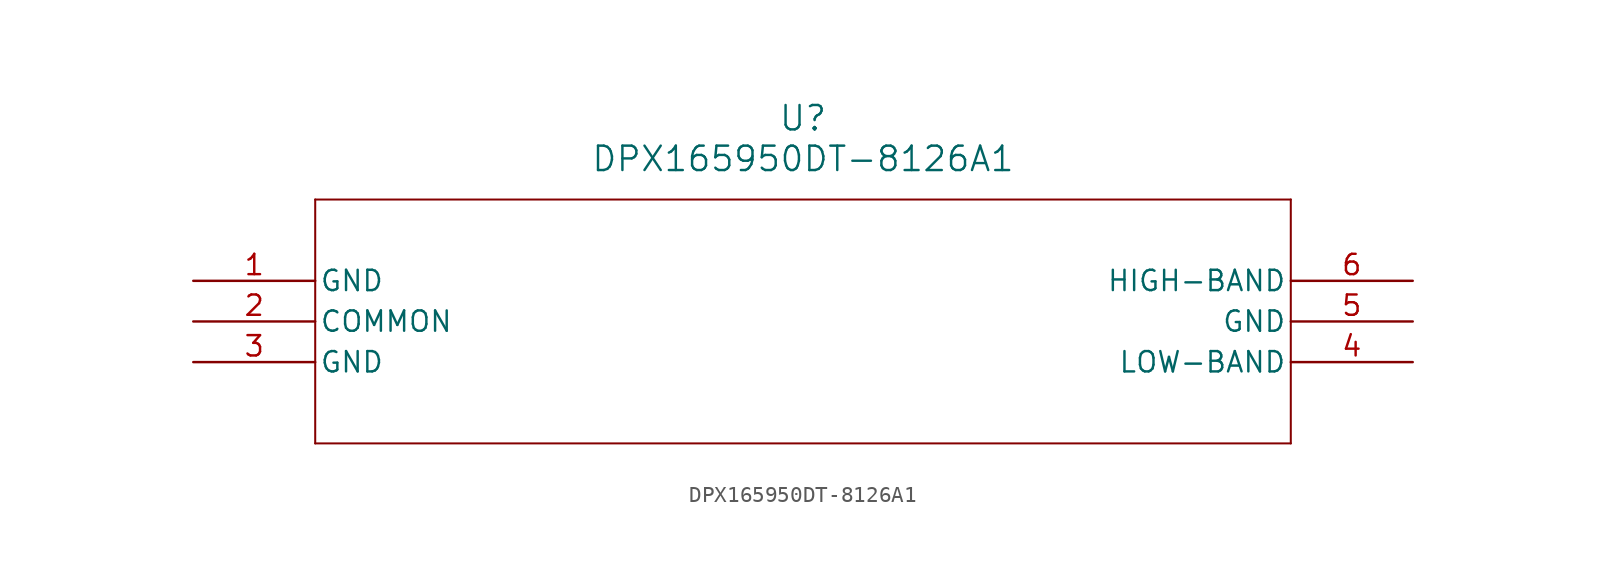
<source format=kicad_sym>
(kicad_symbol_lib
  (version 20211014)
  (generator kicad_symbol_editor)
  (symbol "DPX165950DT-8126A1"
    (pin_names
      (offset 0.254))
    (property "Reference" "U"
      (at 38.1 10.16 0)
      (effects (font (size 1.524 1.524))))
    (property "Value" "DPX165950DT-8126A1"
      (at 38.1 7.62 0)
      (effects (font (size 1.524 1.524))))
    (symbol "DPX165950DT-8126A1_0_1"
      (polyline (pts (xy 7.62 5.08) (xy 7.62 -10.16)) (stroke (width 0.127) (type default) (color 0 0 0 0)) (fill (type none)))
      (polyline (pts (xy 7.62 -10.16) (xy 68.58 -10.16)) (stroke (width 0.127) (type default) (color 0 0 0 0)) (fill (type none)))
      (polyline (pts (xy 68.58 -10.16) (xy 68.58 5.08)) (stroke (width 0.127) (type default) (color 0 0 0 0)) (fill (type none)))
      (polyline (pts (xy 68.58 5.08) (xy 7.62 5.08)) (stroke (width 0.127) (type default) (color 0 0 0 0)) (fill (type none)))
      (pin power_in line (at 0 0 0) (length 7.62) (name "GND" (effects (font (size 1.27 1.27)))) (number "1" (effects (font (size 1.27 1.27)))))
      (pin unspecified line (at 0 -2.54 0) (length 7.62) (name "COMMON" (effects (font (size 1.27 1.27)))) (number "2" (effects (font (size 1.27 1.27)))))
      (pin power_in line (at 0 -5.08 0) (length 7.62) (name "GND" (effects (font (size 1.27 1.27)))) (number "3" (effects (font (size 1.27 1.27)))))
      (pin unspecified line (at 76.2 -5.08 180) (length 7.62) (name "LOW-BAND" (effects (font (size 1.27 1.27)))) (number "4" (effects (font (size 1.27 1.27)))))
      (pin power_in line (at 76.2 -2.54 180) (length 7.62) (name "GND" (effects (font (size 1.27 1.27)))) (number "5" (effects (font (size 1.27 1.27)))))
      (pin unspecified line (at 76.2 0 180) (length 7.62) (name "HIGH-BAND" (effects (font (size 1.27 1.27)))) (number "6" (effects (font (size 1.27 1.27))))))))
</source>
